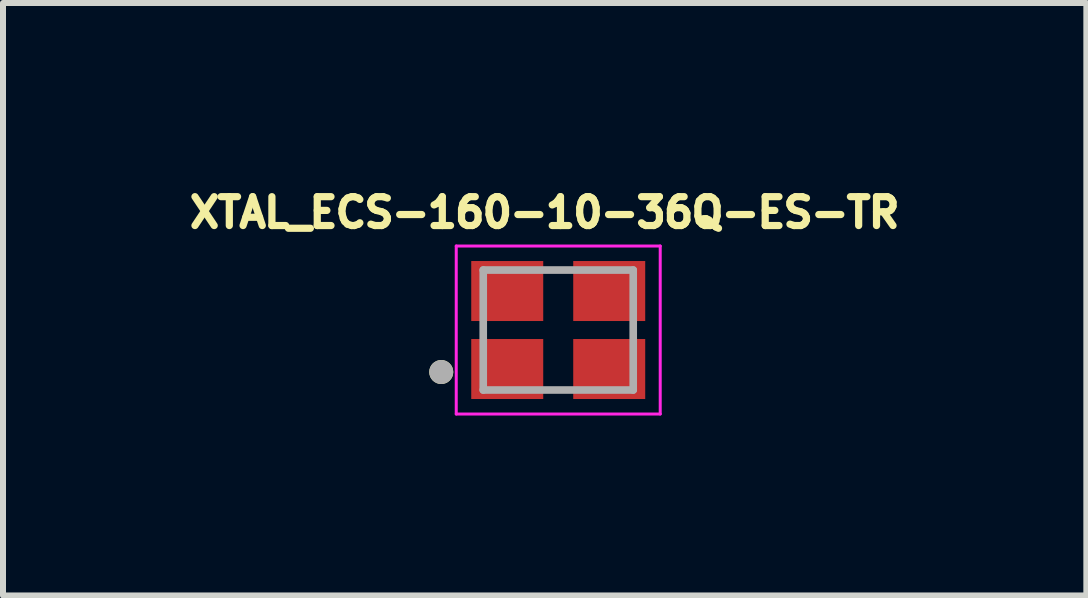
<source format=kicad_pcb>
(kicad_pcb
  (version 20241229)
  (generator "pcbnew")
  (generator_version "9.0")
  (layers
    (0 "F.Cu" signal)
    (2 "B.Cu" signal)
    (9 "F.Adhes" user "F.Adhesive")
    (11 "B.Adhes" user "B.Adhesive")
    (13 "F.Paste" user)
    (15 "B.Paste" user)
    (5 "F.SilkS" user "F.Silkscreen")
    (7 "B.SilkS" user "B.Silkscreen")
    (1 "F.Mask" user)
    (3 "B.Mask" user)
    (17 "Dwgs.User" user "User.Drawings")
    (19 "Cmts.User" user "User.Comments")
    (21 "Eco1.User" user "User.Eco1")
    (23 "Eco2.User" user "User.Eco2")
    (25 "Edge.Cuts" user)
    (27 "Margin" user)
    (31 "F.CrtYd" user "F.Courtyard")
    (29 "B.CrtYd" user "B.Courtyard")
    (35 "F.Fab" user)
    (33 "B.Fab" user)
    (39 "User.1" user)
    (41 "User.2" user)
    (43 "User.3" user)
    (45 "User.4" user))
  (footprint "XTAL_ECS-160-10-36Q-ES-TR"
    (layer "F.Cu")
    (at 6.255 2.451)
    (property "Reference" "XTAL_ECS-160-10-36Q-ES-TR" (at -0.226 -1.958 0) (layer "F.SilkS") (effects (font (size 0.481 0.481) (thickness 0.15))))
    (attr smd)
    (fp_circle (center -1.95 0.7) (end -1.85 0.7) (stroke (width 0.2) (type solid)) (fill no) (layer "F.SilkS"))
    (fp_line (start -1.7 -1.4) (end -1.7 1.4) (stroke (width 0.05) (type solid)) (layer "F.CrtYd"))
    (fp_line (start -1.7 1.4) (end 1.7 1.4) (stroke (width 0.05) (type solid)) (layer "F.CrtYd"))
    (fp_line (start 1.7 -1.4) (end -1.7 -1.4) (stroke (width 0.05) (type solid)) (layer "F.CrtYd"))
    (fp_line (start 1.7 1.4) (end 1.7 -1.4) (stroke (width 0.05) (type solid)) (layer "F.CrtYd"))
    (fp_line (start -1.25 -1) (end -1.25 1) (stroke (width 0.127) (type solid)) (layer "F.Fab"))
    (fp_line (start -1.25 1) (end 1.25 1) (stroke (width 0.127) (type solid)) (layer "F.Fab"))
    (fp_line (start 1.25 -1) (end -1.25 -1) (stroke (width 0.127) (type solid)) (layer "F.Fab"))
    (fp_line (start 1.25 1) (end 1.25 -1) (stroke (width 0.127) (type solid)) (layer "F.Fab"))
    (fp_circle (center -1.95 0.7) (end -1.85 0.7) (stroke (width 0.2) (type solid)) (fill no) (layer "F.Fab"))
    (pad "1" smd rect (at -0.85 0.65) (size 1.2 1) (layers "F.Cu" "F.Mask" "F.Paste"))
    (pad "2" smd rect (at 0.85 0.65) (size 1.2 1) (layers "F.Cu" "F.Mask" "F.Paste"))
    (pad "3" smd rect (at 0.85 -0.65) (size 1.2 1) (layers "F.Cu" "F.Mask" "F.Paste"))
    (pad "4" smd rect (at -0.85 -0.65) (size 1.2 1) (layers "F.Cu" "F.Mask" "F.Paste")))
  (gr_rect
    (start -3 -3)
    (end 15.058 6.876)
    (stroke (width 0.1) (type default))
    (fill no)
    (layer "Edge.Cuts")))
</source>
